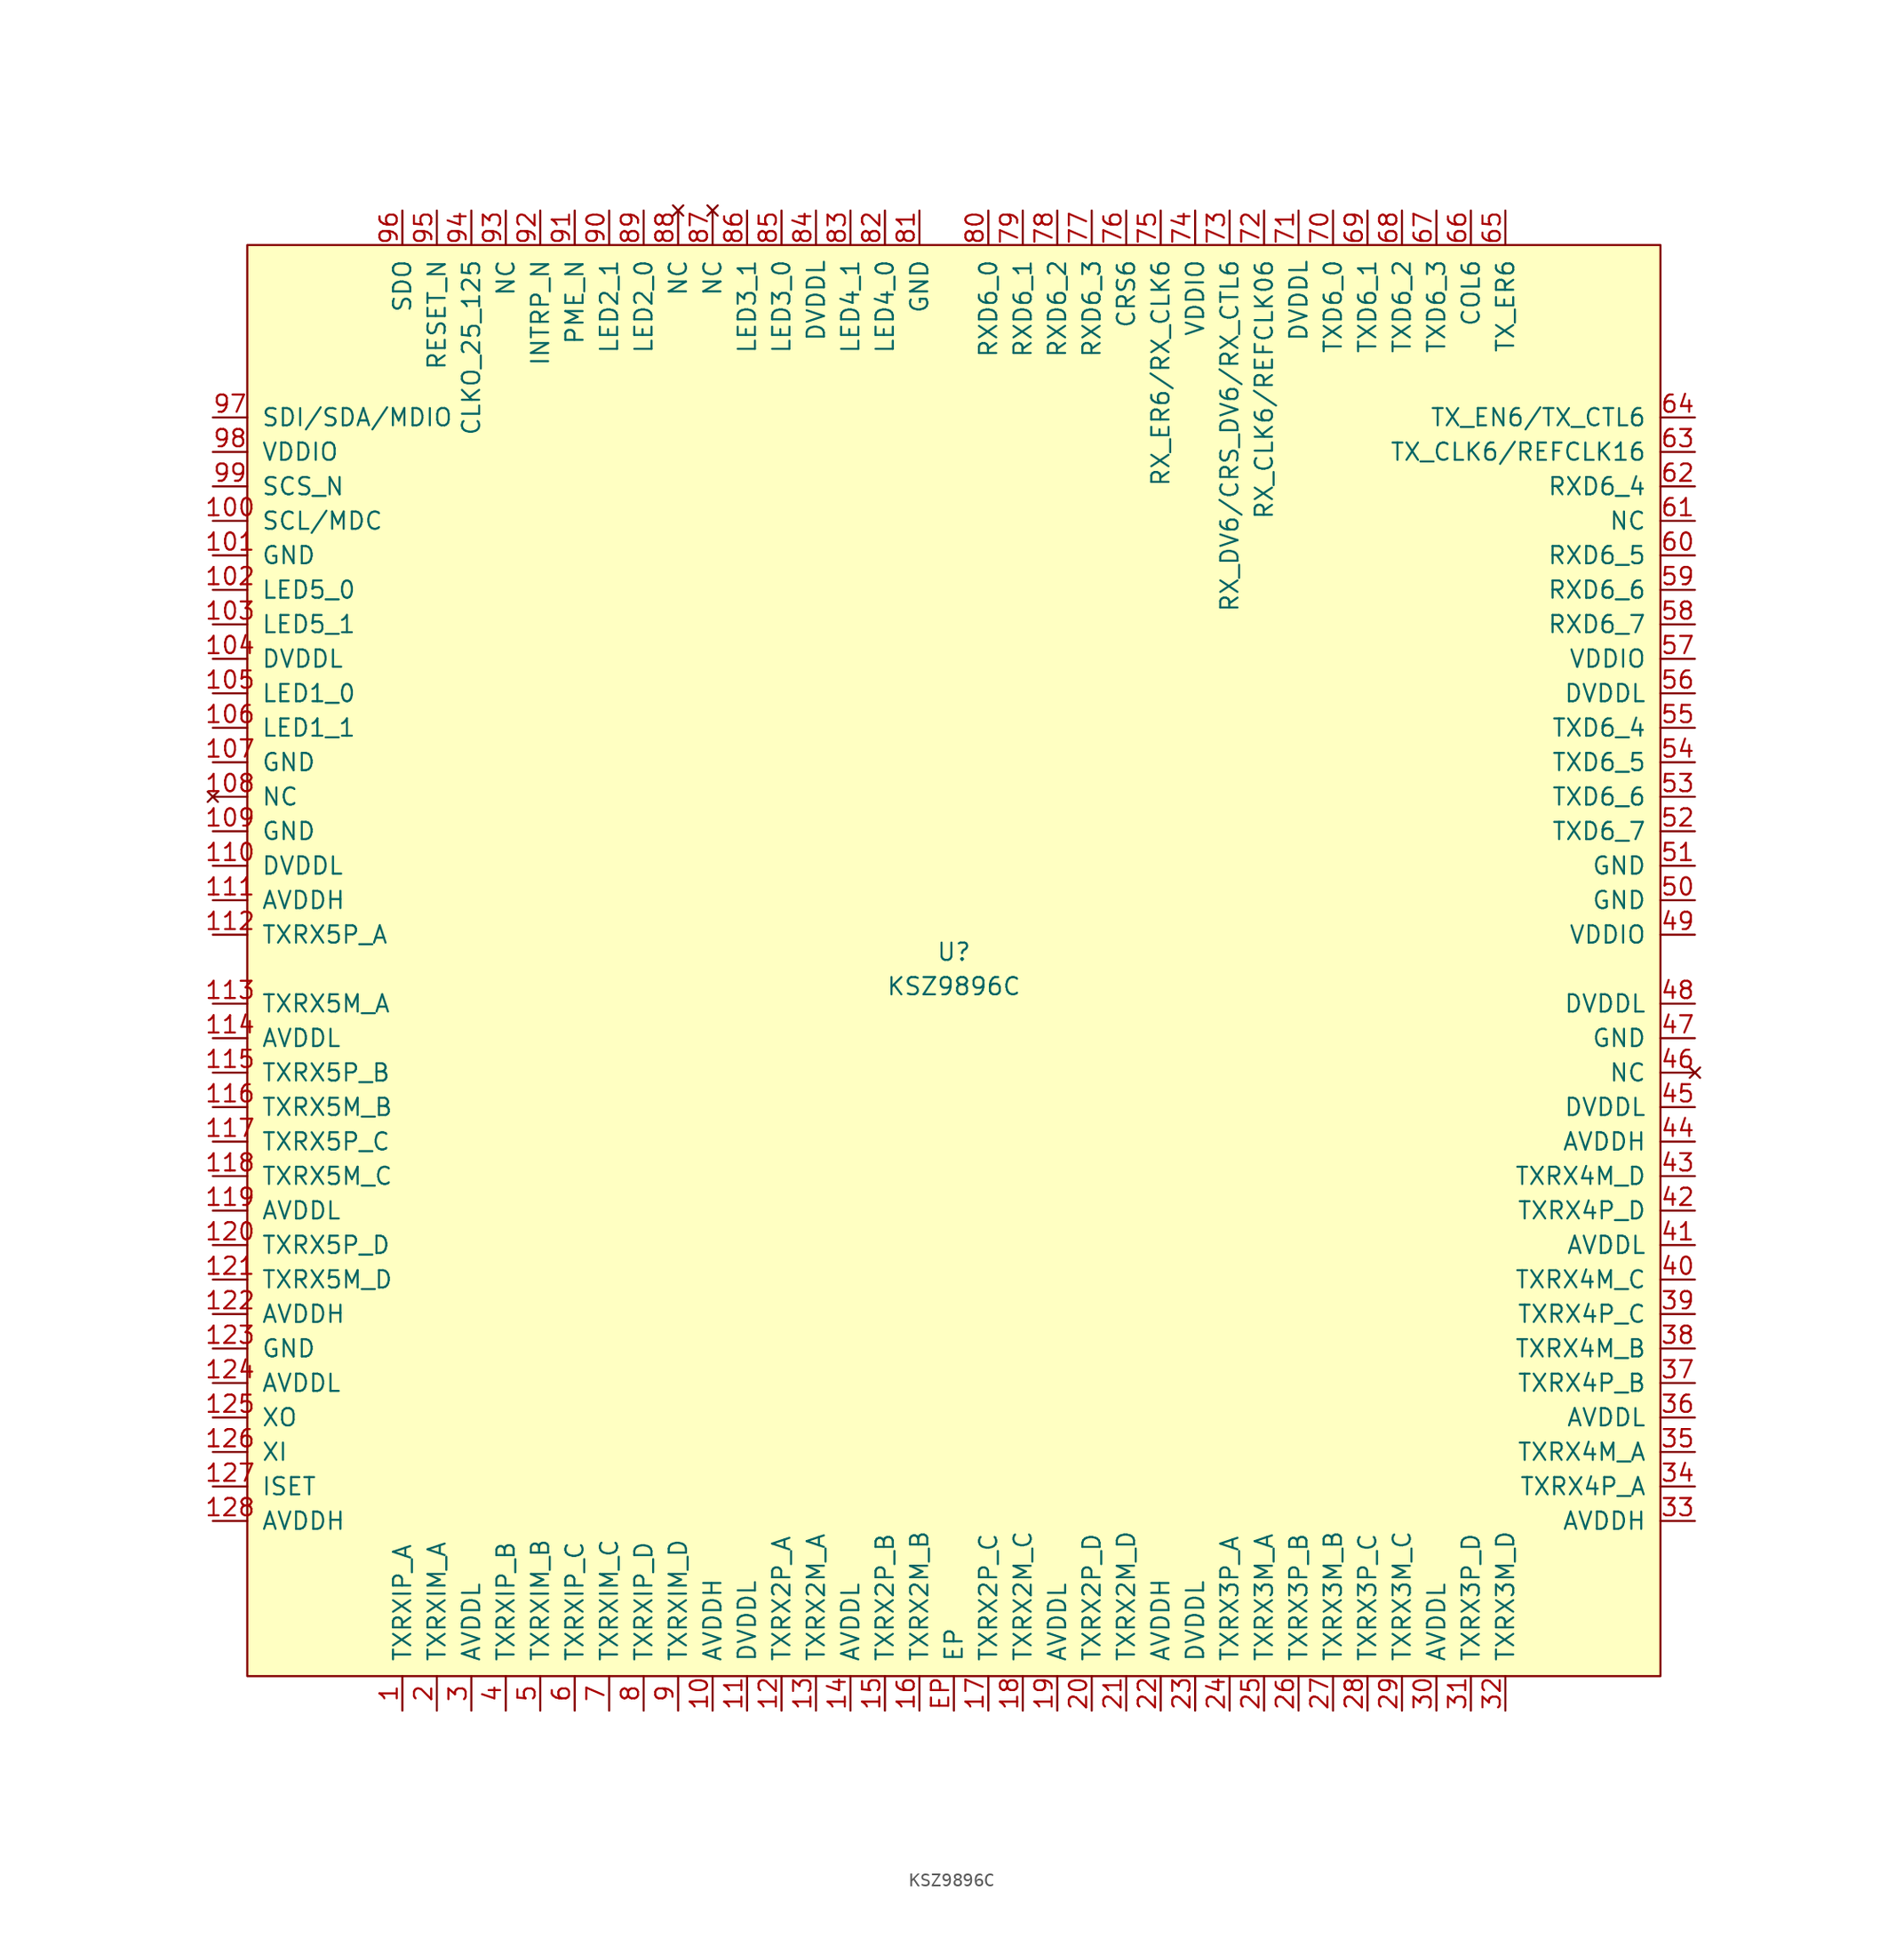
<source format=kicad_sym>
(kicad_symbol_lib
  (version 20220914)
  (generator kicad_symbol_editor)
  (symbol "KSZ9896C"
    (pin_names
      (offset 1.016))
    (property "Reference" "U"
      (at 0 1.27 0)
      (effects (font (size 1.27 1.27))))
    (property "Value" "KSZ9896C"
      (at 0 -1.27 0)
      (effects (font (size 1.27 1.27))))
    (symbol "KSZ9896C_0_1"
      (rectangle (start -52.07 53.34) (end 52.07 -52.07) (stroke (width 0) (type default)) (fill (type background))))
    (symbol "KSZ9896C_1_1"
      (pin input line (at -40.64 -54.61 90) (length 2.54) (name "TXRXIP_A" (effects (font (size 1.27 1.27)))) (number "1" (effects (font (size 1.27 1.27)))))
      (pin input line (at -17.78 -54.61 90) (length 2.54) (name "AVDDH" (effects (font (size 1.27 1.27)))) (number "10" (effects (font (size 1.27 1.27)))))
      (pin input line (at -54.61 33.02 0) (length 2.54) (name "SCL/MDC" (effects (font (size 1.27 1.27)))) (number "100" (effects (font (size 1.27 1.27)))))
      (pin power_in line (at -54.61 30.48 0) (length 2.54) (name "GND" (effects (font (size 1.27 1.27)))) (number "101" (effects (font (size 1.27 1.27)))))
      (pin input line (at -54.61 27.94 0) (length 2.54) (name "LED5_0" (effects (font (size 1.27 1.27)))) (number "102" (effects (font (size 1.27 1.27)))))
      (pin input line (at -54.61 25.4 0) (length 2.54) (name "LED5_1" (effects (font (size 1.27 1.27)))) (number "103" (effects (font (size 1.27 1.27)))))
      (pin input line (at -54.61 22.86 0) (length 2.54) (name "DVDDL" (effects (font (size 1.27 1.27)))) (number "104" (effects (font (size 1.27 1.27)))))
      (pin input line (at -54.61 20.32 0) (length 2.54) (name "LED1_0" (effects (font (size 1.27 1.27)))) (number "105" (effects (font (size 1.27 1.27)))))
      (pin input line (at -54.61 17.78 0) (length 2.54) (name "LED1_1" (effects (font (size 1.27 1.27)))) (number "106" (effects (font (size 1.27 1.27)))))
      (pin power_in line (at -54.61 15.24 0) (length 2.54) (name "GND" (effects (font (size 1.27 1.27)))) (number "107" (effects (font (size 1.27 1.27)))))
      (pin no_connect line (at -54.61 12.7 0) (length 2.54) (name "NC" (effects (font (size 1.27 1.27)))) (number "108" (effects (font (size 1.27 1.27)))))
      (pin power_in line (at -54.61 10.16 0) (length 2.54) (name "GND" (effects (font (size 1.27 1.27)))) (number "109" (effects (font (size 1.27 1.27)))))
      (pin input line (at -15.24 -54.61 90) (length 2.54) (name "DVDDL" (effects (font (size 1.27 1.27)))) (number "11" (effects (font (size 1.27 1.27)))))
      (pin input line (at -54.61 7.62 0) (length 2.54) (name "DVDDL" (effects (font (size 1.27 1.27)))) (number "110" (effects (font (size 1.27 1.27)))))
      (pin input line (at -54.61 5.08 0) (length 2.54) (name "AVDDH" (effects (font (size 1.27 1.27)))) (number "111" (effects (font (size 1.27 1.27)))))
      (pin input line (at -54.61 2.54 0) (length 2.54) (name "TXRX5P_A" (effects (font (size 1.27 1.27)))) (number "112" (effects (font (size 1.27 1.27)))))
      (pin input line (at -54.61 -2.54 0) (length 2.54) (name "TXRX5M_A" (effects (font (size 1.27 1.27)))) (number "113" (effects (font (size 1.27 1.27)))))
      (pin input line (at -54.61 -5.08 0) (length 2.54) (name "AVDDL" (effects (font (size 1.27 1.27)))) (number "114" (effects (font (size 1.27 1.27)))))
      (pin input line (at -54.61 -7.62 0) (length 2.54) (name "TXRX5P_B" (effects (font (size 1.27 1.27)))) (number "115" (effects (font (size 1.27 1.27)))))
      (pin input line (at -54.61 -10.16 0) (length 2.54) (name "TXRX5M_B" (effects (font (size 1.27 1.27)))) (number "116" (effects (font (size 1.27 1.27)))))
      (pin input line (at -54.61 -12.7 0) (length 2.54) (name "TXRX5P_C" (effects (font (size 1.27 1.27)))) (number "117" (effects (font (size 1.27 1.27)))))
      (pin input line (at -54.61 -15.24 0) (length 2.54) (name "TXRX5M_C" (effects (font (size 1.27 1.27)))) (number "118" (effects (font (size 1.27 1.27)))))
      (pin input line (at -54.61 -17.78 0) (length 2.54) (name "AVDDL" (effects (font (size 1.27 1.27)))) (number "119" (effects (font (size 1.27 1.27)))))
      (pin input line (at -12.7 -54.61 90) (length 2.54) (name "TXRX2P_A" (effects (font (size 1.27 1.27)))) (number "12" (effects (font (size 1.27 1.27)))))
      (pin input line (at -54.61 -20.32 0) (length 2.54) (name "TXRX5P_D" (effects (font (size 1.27 1.27)))) (number "120" (effects (font (size 1.27 1.27)))))
      (pin input line (at -54.61 -22.86 0) (length 2.54) (name "TXRX5M_D" (effects (font (size 1.27 1.27)))) (number "121" (effects (font (size 1.27 1.27)))))
      (pin input line (at -54.61 -25.4 0) (length 2.54) (name "AVDDH" (effects (font (size 1.27 1.27)))) (number "122" (effects (font (size 1.27 1.27)))))
      (pin power_in line (at -54.61 -27.94 0) (length 2.54) (name "GND" (effects (font (size 1.27 1.27)))) (number "123" (effects (font (size 1.27 1.27)))))
      (pin input line (at -54.61 -30.48 0) (length 2.54) (name "AVDDL" (effects (font (size 1.27 1.27)))) (number "124" (effects (font (size 1.27 1.27)))))
      (pin input line (at -54.61 -33.02 0) (length 2.54) (name "XO" (effects (font (size 1.27 1.27)))) (number "125" (effects (font (size 1.27 1.27)))))
      (pin input line (at -54.61 -35.56 0) (length 2.54) (name "XI" (effects (font (size 1.27 1.27)))) (number "126" (effects (font (size 1.27 1.27)))))
      (pin input line (at -54.61 -38.1 0) (length 2.54) (name "ISET" (effects (font (size 1.27 1.27)))) (number "127" (effects (font (size 1.27 1.27)))))
      (pin input line (at -54.61 -40.64 0) (length 2.54) (name "AVDDH" (effects (font (size 1.27 1.27)))) (number "128" (effects (font (size 1.27 1.27)))))
      (pin input line (at -10.16 -54.61 90) (length 2.54) (name "TXRX2M_A" (effects (font (size 1.27 1.27)))) (number "13" (effects (font (size 1.27 1.27)))))
      (pin input line (at -7.62 -54.61 90) (length 2.54) (name "AVDDL" (effects (font (size 1.27 1.27)))) (number "14" (effects (font (size 1.27 1.27)))))
      (pin input line (at -5.08 -54.61 90) (length 2.54) (name "TXRX2P_B" (effects (font (size 1.27 1.27)))) (number "15" (effects (font (size 1.27 1.27)))))
      (pin input line (at -2.54 -54.61 90) (length 2.54) (name "TXRX2M_B" (effects (font (size 1.27 1.27)))) (number "16" (effects (font (size 1.27 1.27)))))
      (pin input line (at 2.54 -54.61 90) (length 2.54) (name "TXRX2P_C" (effects (font (size 1.27 1.27)))) (number "17" (effects (font (size 1.27 1.27)))))
      (pin input line (at 5.08 -54.61 90) (length 2.54) (name "TXRX2M_C" (effects (font (size 1.27 1.27)))) (number "18" (effects (font (size 1.27 1.27)))))
      (pin input line (at 7.62 -54.61 90) (length 2.54) (name "AVDDL" (effects (font (size 1.27 1.27)))) (number "19" (effects (font (size 1.27 1.27)))))
      (pin input line (at -38.1 -54.61 90) (length 2.54) (name "TXRXIM_A" (effects (font (size 1.27 1.27)))) (number "2" (effects (font (size 1.27 1.27)))))
      (pin input line (at 10.16 -54.61 90) (length 2.54) (name "TXRX2P_D" (effects (font (size 1.27 1.27)))) (number "20" (effects (font (size 1.27 1.27)))))
      (pin input line (at 12.7 -54.61 90) (length 2.54) (name "TXRX2M_D" (effects (font (size 1.27 1.27)))) (number "21" (effects (font (size 1.27 1.27)))))
      (pin input line (at 15.24 -54.61 90) (length 2.54) (name "AVDDH" (effects (font (size 1.27 1.27)))) (number "22" (effects (font (size 1.27 1.27)))))
      (pin input line (at 17.78 -54.61 90) (length 2.54) (name "DVDDL" (effects (font (size 1.27 1.27)))) (number "23" (effects (font (size 1.27 1.27)))))
      (pin input line (at 20.32 -54.61 90) (length 2.54) (name "TXRX3P_A" (effects (font (size 1.27 1.27)))) (number "24" (effects (font (size 1.27 1.27)))))
      (pin input line (at 22.86 -54.61 90) (length 2.54) (name "TXRX3M_A" (effects (font (size 1.27 1.27)))) (number "25" (effects (font (size 1.27 1.27)))))
      (pin input line (at 25.4 -54.61 90) (length 2.54) (name "TXRX3P_B" (effects (font (size 1.27 1.27)))) (number "26" (effects (font (size 1.27 1.27)))))
      (pin input line (at 27.94 -54.61 90) (length 2.54) (name "TXRX3M_B" (effects (font (size 1.27 1.27)))) (number "27" (effects (font (size 1.27 1.27)))))
      (pin input line (at 30.48 -54.61 90) (length 2.54) (name "TXRX3P_C" (effects (font (size 1.27 1.27)))) (number "28" (effects (font (size 1.27 1.27)))))
      (pin input line (at 33.02 -54.61 90) (length 2.54) (name "TXRX3M_C" (effects (font (size 1.27 1.27)))) (number "29" (effects (font (size 1.27 1.27)))))
      (pin input line (at -35.56 -54.61 90) (length 2.54) (name "AVDDL" (effects (font (size 1.27 1.27)))) (number "3" (effects (font (size 1.27 1.27)))))
      (pin input line (at 35.56 -54.61 90) (length 2.54) (name "AVDDL" (effects (font (size 1.27 1.27)))) (number "30" (effects (font (size 1.27 1.27)))))
      (pin input line (at 38.1 -54.61 90) (length 2.54) (name "TXRX3P_D" (effects (font (size 1.27 1.27)))) (number "31" (effects (font (size 1.27 1.27)))))
      (pin input line (at 40.64 -54.61 90) (length 2.54) (name "TXRX3M_D" (effects (font (size 1.27 1.27)))) (number "32" (effects (font (size 1.27 1.27)))))
      (pin input line (at 54.61 -40.64 180) (length 2.54) (name "AVDDH" (effects (font (size 1.27 1.27)))) (number "33" (effects (font (size 1.27 1.27)))))
      (pin input line (at 54.61 -38.1 180) (length 2.54) (name "TXRX4P_A" (effects (font (size 1.27 1.27)))) (number "34" (effects (font (size 1.27 1.27)))))
      (pin input line (at 54.61 -35.56 180) (length 2.54) (name "TXRX4M_A" (effects (font (size 1.27 1.27)))) (number "35" (effects (font (size 1.27 1.27)))))
      (pin input line (at 54.61 -33.02 180) (length 2.54) (name "AVDDL" (effects (font (size 1.27 1.27)))) (number "36" (effects (font (size 1.27 1.27)))))
      (pin input line (at 54.61 -30.48 180) (length 2.54) (name "TXRX4P_B" (effects (font (size 1.27 1.27)))) (number "37" (effects (font (size 1.27 1.27)))))
      (pin input line (at 54.61 -27.94 180) (length 2.54) (name "TXRX4M_B" (effects (font (size 1.27 1.27)))) (number "38" (effects (font (size 1.27 1.27)))))
      (pin input line (at 54.61 -25.4 180) (length 2.54) (name "TXRX4P_C" (effects (font (size 1.27 1.27)))) (number "39" (effects (font (size 1.27 1.27)))))
      (pin input line (at -33.02 -54.61 90) (length 2.54) (name "TXRXIP_B" (effects (font (size 1.27 1.27)))) (number "4" (effects (font (size 1.27 1.27)))))
      (pin input line (at 54.61 -22.86 180) (length 2.54) (name "TXRX4M_C" (effects (font (size 1.27 1.27)))) (number "40" (effects (font (size 1.27 1.27)))))
      (pin input line (at 54.61 -20.32 180) (length 2.54) (name "AVDDL" (effects (font (size 1.27 1.27)))) (number "41" (effects (font (size 1.27 1.27)))))
      (pin input line (at 54.61 -17.78 180) (length 2.54) (name "TXRX4P_D" (effects (font (size 1.27 1.27)))) (number "42" (effects (font (size 1.27 1.27)))))
      (pin input line (at 54.61 -15.24 180) (length 2.54) (name "TXRX4M_D" (effects (font (size 1.27 1.27)))) (number "43" (effects (font (size 1.27 1.27)))))
      (pin input line (at 54.61 -12.7 180) (length 2.54) (name "AVDDH" (effects (font (size 1.27 1.27)))) (number "44" (effects (font (size 1.27 1.27)))))
      (pin input line (at 54.61 -10.16 180) (length 2.54) (name "DVDDL" (effects (font (size 1.27 1.27)))) (number "45" (effects (font (size 1.27 1.27)))))
      (pin no_connect line (at 54.61 -7.62 180) (length 2.54) (name "NC" (effects (font (size 1.27 1.27)))) (number "46" (effects (font (size 1.27 1.27)))))
      (pin power_in line (at 54.61 -5.08 180) (length 2.54) (name "GND" (effects (font (size 1.27 1.27)))) (number "47" (effects (font (size 1.27 1.27)))))
      (pin input line (at 54.61 -2.54 180) (length 2.54) (name "DVDDL" (effects (font (size 1.27 1.27)))) (number "48" (effects (font (size 1.27 1.27)))))
      (pin power_in line (at 54.61 2.54 180) (length 2.54) (name "VDDIO" (effects (font (size 1.27 1.27)))) (number "49" (effects (font (size 1.27 1.27)))))
      (pin input line (at -30.48 -54.61 90) (length 2.54) (name "TXRXIM_B" (effects (font (size 1.27 1.27)))) (number "5" (effects (font (size 1.27 1.27)))))
      (pin power_in line (at 54.61 5.08 180) (length 2.54) (name "GND" (effects (font (size 1.27 1.27)))) (number "50" (effects (font (size 1.27 1.27)))))
      (pin power_in line (at 54.61 7.62 180) (length 2.54) (name "GND" (effects (font (size 1.27 1.27)))) (number "51" (effects (font (size 1.27 1.27)))))
      (pin input line (at 54.61 10.16 180) (length 2.54) (name "TXD6_7" (effects (font (size 1.27 1.27)))) (number "52" (effects (font (size 1.27 1.27)))))
      (pin input line (at 54.61 12.7 180) (length 2.54) (name "TXD6_6" (effects (font (size 1.27 1.27)))) (number "53" (effects (font (size 1.27 1.27)))))
      (pin input line (at 54.61 15.24 180) (length 2.54) (name "TXD6_5" (effects (font (size 1.27 1.27)))) (number "54" (effects (font (size 1.27 1.27)))))
      (pin input line (at 54.61 17.78 180) (length 2.54) (name "TXD6_4" (effects (font (size 1.27 1.27)))) (number "55" (effects (font (size 1.27 1.27)))))
      (pin input line (at 54.61 20.32 180) (length 2.54) (name "DVDDL" (effects (font (size 1.27 1.27)))) (number "56" (effects (font (size 1.27 1.27)))))
      (pin input line (at 54.61 22.86 180) (length 2.54) (name "VDDIO" (effects (font (size 1.27 1.27)))) (number "57" (effects (font (size 1.27 1.27)))))
      (pin input line (at 54.61 25.4 180) (length 2.54) (name "RXD6_7" (effects (font (size 1.27 1.27)))) (number "58" (effects (font (size 1.27 1.27)))))
      (pin input line (at 54.61 27.94 180) (length 2.54) (name "RXD6_6" (effects (font (size 1.27 1.27)))) (number "59" (effects (font (size 1.27 1.27)))))
      (pin input line (at -27.94 -54.61 90) (length 2.54) (name "TXRXIP_C" (effects (font (size 1.27 1.27)))) (number "6" (effects (font (size 1.27 1.27)))))
      (pin input line (at 54.61 30.48 180) (length 2.54) (name "RXD6_5" (effects (font (size 1.27 1.27)))) (number "60" (effects (font (size 1.27 1.27)))))
      (pin input line (at 54.61 33.02 180) (length 2.54) (name "NC" (effects (font (size 1.27 1.27)))) (number "61" (effects (font (size 1.27 1.27)))))
      (pin input line (at 54.61 35.56 180) (length 2.54) (name "RXD6_4" (effects (font (size 1.27 1.27)))) (number "62" (effects (font (size 1.27 1.27)))))
      (pin input line (at 54.61 38.1 180) (length 2.54) (name "TX_CLK6/REFCLK16" (effects (font (size 1.27 1.27)))) (number "63" (effects (font (size 1.27 1.27)))))
      (pin input line (at 54.61 40.64 180) (length 2.54) (name "TX_EN6/TX_CTL6" (effects (font (size 1.27 1.27)))) (number "64" (effects (font (size 1.27 1.27)))))
      (pin input line (at 40.64 55.88 270) (length 2.54) (name "TX_ER6" (effects (font (size 1.27 1.27)))) (number "65" (effects (font (size 1.27 1.27)))))
      (pin input line (at 38.1 55.88 270) (length 2.54) (name "COL6" (effects (font (size 1.27 1.27)))) (number "66" (effects (font (size 1.27 1.27)))))
      (pin input line (at 35.56 55.88 270) (length 2.54) (name "TXD6_3" (effects (font (size 1.27 1.27)))) (number "67" (effects (font (size 1.27 1.27)))))
      (pin input line (at 33.02 55.88 270) (length 2.54) (name "TXD6_2" (effects (font (size 1.27 1.27)))) (number "68" (effects (font (size 1.27 1.27)))))
      (pin input line (at 30.48 55.88 270) (length 2.54) (name "TXD6_1" (effects (font (size 1.27 1.27)))) (number "69" (effects (font (size 1.27 1.27)))))
      (pin input line (at -25.4 -54.61 90) (length 2.54) (name "TXRXIM_C" (effects (font (size 1.27 1.27)))) (number "7" (effects (font (size 1.27 1.27)))))
      (pin input line (at 27.94 55.88 270) (length 2.54) (name "TXD6_0" (effects (font (size 1.27 1.27)))) (number "70" (effects (font (size 1.27 1.27)))))
      (pin input line (at 25.4 55.88 270) (length 2.54) (name "DVDDL" (effects (font (size 1.27 1.27)))) (number "71" (effects (font (size 1.27 1.27)))))
      (pin input line (at 22.86 55.88 270) (length 2.54) (name "RX_CLK6/REFCLK06" (effects (font (size 1.27 1.27)))) (number "72" (effects (font (size 1.27 1.27)))))
      (pin input line (at 20.32 55.88 270) (length 2.54) (name "RX_DV6/CRS_DV6/RX_CTL6" (effects (font (size 1.27 1.27)))) (number "73" (effects (font (size 1.27 1.27)))))
      (pin input line (at 17.78 55.88 270) (length 2.54) (name "VDDIO" (effects (font (size 1.27 1.27)))) (number "74" (effects (font (size 1.27 1.27)))))
      (pin input line (at 15.24 55.88 270) (length 2.54) (name "RX_ER6/RX_CLK6" (effects (font (size 1.27 1.27)))) (number "75" (effects (font (size 1.27 1.27)))))
      (pin input line (at 12.7 55.88 270) (length 2.54) (name "CRS6" (effects (font (size 1.27 1.27)))) (number "76" (effects (font (size 1.27 1.27)))))
      (pin input line (at 10.16 55.88 270) (length 2.54) (name "RXD6_3" (effects (font (size 1.27 1.27)))) (number "77" (effects (font (size 1.27 1.27)))))
      (pin input line (at 7.62 55.88 270) (length 2.54) (name "RXD6_2" (effects (font (size 1.27 1.27)))) (number "78" (effects (font (size 1.27 1.27)))))
      (pin input line (at 5.08 55.88 270) (length 2.54) (name "RXD6_1" (effects (font (size 1.27 1.27)))) (number "79" (effects (font (size 1.27 1.27)))))
      (pin input line (at -22.86 -54.61 90) (length 2.54) (name "TXRXIP_D" (effects (font (size 1.27 1.27)))) (number "8" (effects (font (size 1.27 1.27)))))
      (pin input line (at 2.54 55.88 270) (length 2.54) (name "RXD6_0" (effects (font (size 1.27 1.27)))) (number "80" (effects (font (size 1.27 1.27)))))
      (pin input line (at -2.54 55.88 270) (length 2.54) (name "GND" (effects (font (size 1.27 1.27)))) (number "81" (effects (font (size 1.27 1.27)))))
      (pin input line (at -5.08 55.88 270) (length 2.54) (name "LED4_0" (effects (font (size 1.27 1.27)))) (number "82" (effects (font (size 1.27 1.27)))))
      (pin input line (at -7.62 55.88 270) (length 2.54) (name "LED4_1" (effects (font (size 1.27 1.27)))) (number "83" (effects (font (size 1.27 1.27)))))
      (pin input line (at -10.16 55.88 270) (length 2.54) (name "DVDDL" (effects (font (size 1.27 1.27)))) (number "84" (effects (font (size 1.27 1.27)))))
      (pin power_in line (at -12.7 55.88 270) (length 2.54) (name "LED3_0" (effects (font (size 1.27 1.27)))) (number "85" (effects (font (size 1.27 1.27)))))
      (pin input line (at -15.24 55.88 270) (length 2.54) (name "LED3_1" (effects (font (size 1.27 1.27)))) (number "86" (effects (font (size 1.27 1.27)))))
      (pin no_connect line (at -17.78 55.88 270) (length 2.54) (name "NC" (effects (font (size 1.27 1.27)))) (number "87" (effects (font (size 1.27 1.27)))))
      (pin no_connect line (at -20.32 55.88 270) (length 2.54) (name "NC" (effects (font (size 1.27 1.27)))) (number "88" (effects (font (size 1.27 1.27)))))
      (pin input line (at -22.86 55.88 270) (length 2.54) (name "LED2_0" (effects (font (size 1.27 1.27)))) (number "89" (effects (font (size 1.27 1.27)))))
      (pin input line (at -20.32 -54.61 90) (length 2.54) (name "TXRXIM_D" (effects (font (size 1.27 1.27)))) (number "9" (effects (font (size 1.27 1.27)))))
      (pin input line (at -25.4 55.88 270) (length 2.54) (name "LED2_1" (effects (font (size 1.27 1.27)))) (number "90" (effects (font (size 1.27 1.27)))))
      (pin input line (at -27.94 55.88 270) (length 2.54) (name "PME_N" (effects (font (size 1.27 1.27)))) (number "91" (effects (font (size 1.27 1.27)))))
      (pin input line (at -30.48 55.88 270) (length 2.54) (name "INTRP_N" (effects (font (size 1.27 1.27)))) (number "92" (effects (font (size 1.27 1.27)))))
      (pin input line (at -33.02 55.88 270) (length 2.54) (name "NC" (effects (font (size 1.27 1.27)))) (number "93" (effects (font (size 1.27 1.27)))))
      (pin input line (at -35.56 55.88 270) (length 2.54) (name "CLKO_25_125" (effects (font (size 1.27 1.27)))) (number "94" (effects (font (size 1.27 1.27)))))
      (pin input line (at -38.1 55.88 270) (length 2.54) (name "RESET_N" (effects (font (size 1.27 1.27)))) (number "95" (effects (font (size 1.27 1.27)))))
      (pin input line (at -40.64 55.88 270) (length 2.54) (name "SDO" (effects (font (size 1.27 1.27)))) (number "96" (effects (font (size 1.27 1.27)))))
      (pin input line (at -54.61 40.64 0) (length 2.54) (name "SDI/SDA/MDIO" (effects (font (size 1.27 1.27)))) (number "97" (effects (font (size 1.27 1.27)))))
      (pin input line (at -54.61 38.1 0) (length 2.54) (name "VDDIO" (effects (font (size 1.27 1.27)))) (number "98" (effects (font (size 1.27 1.27)))))
      (pin input line (at -54.61 35.56 0) (length 2.54) (name "SCS_N" (effects (font (size 1.27 1.27)))) (number "99" (effects (font (size 1.27 1.27)))))
      (pin power_in line (at 0 -54.61 90) (length 2.54) (name "EP" (effects (font (size 1.27 1.27)))) (number "EP" (effects (font (size 1.27 1.27))))))))
</source>
